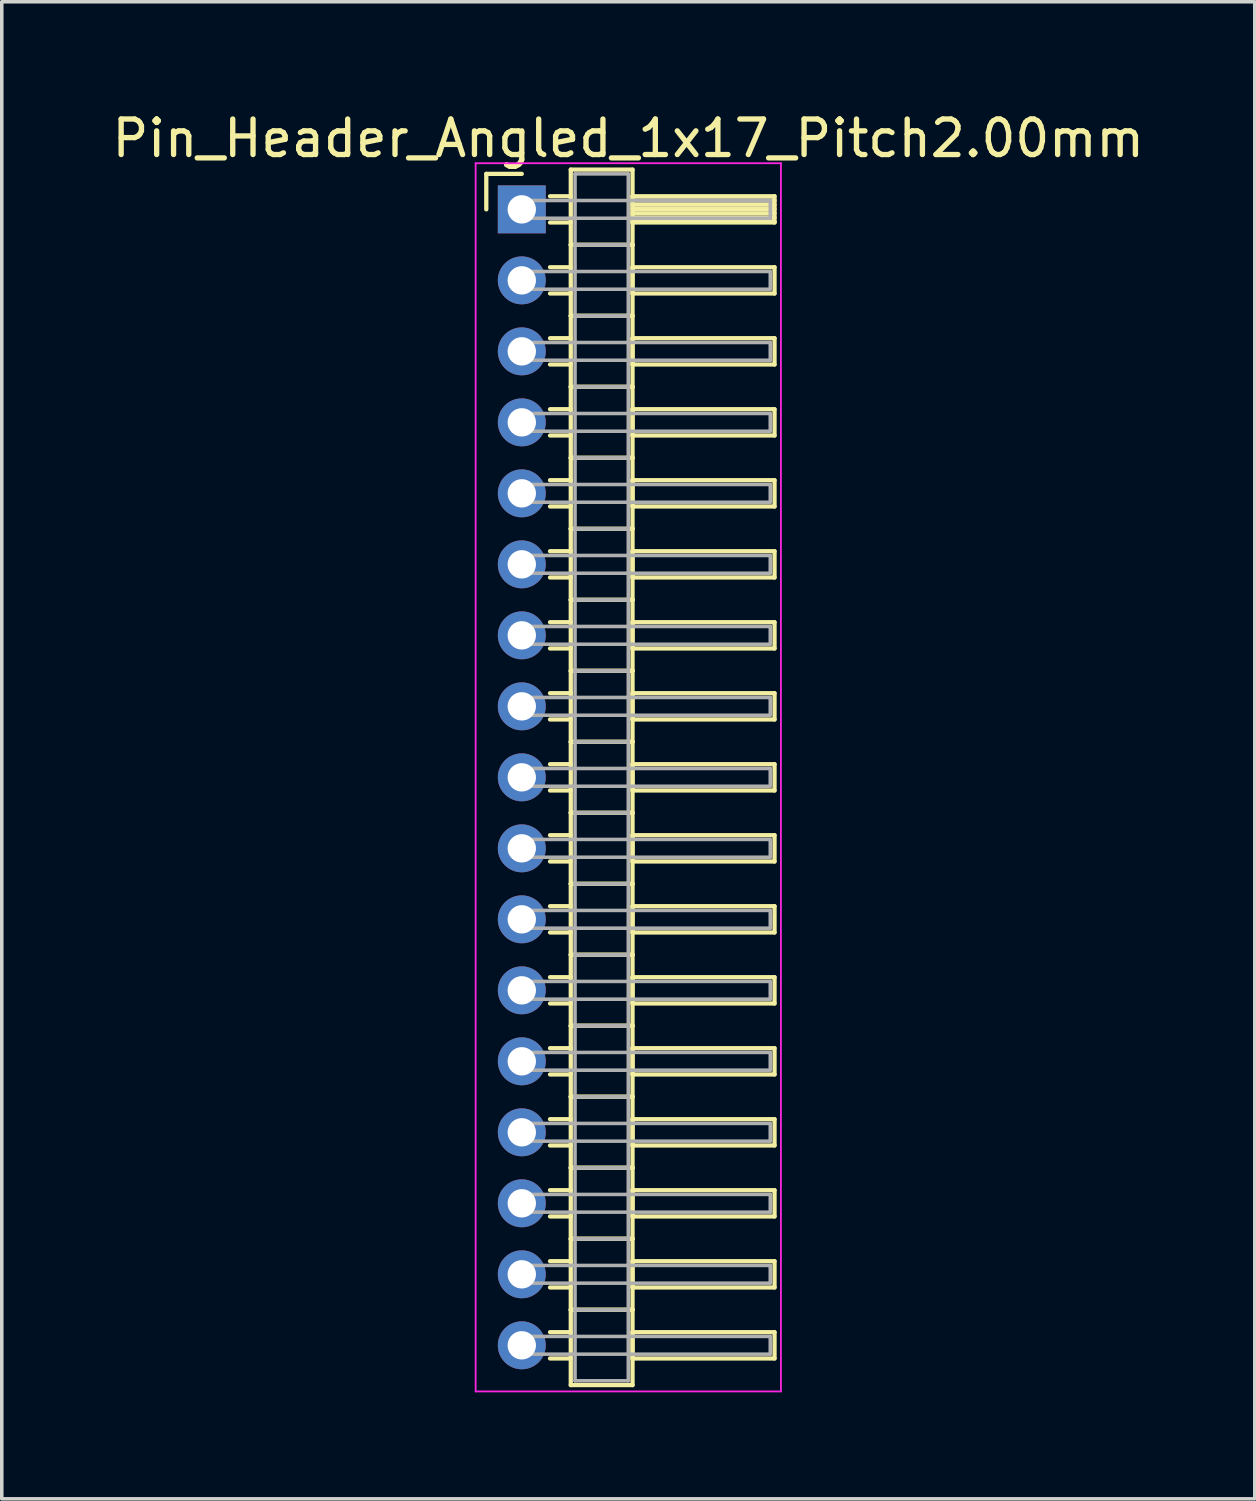
<source format=kicad_pcb>
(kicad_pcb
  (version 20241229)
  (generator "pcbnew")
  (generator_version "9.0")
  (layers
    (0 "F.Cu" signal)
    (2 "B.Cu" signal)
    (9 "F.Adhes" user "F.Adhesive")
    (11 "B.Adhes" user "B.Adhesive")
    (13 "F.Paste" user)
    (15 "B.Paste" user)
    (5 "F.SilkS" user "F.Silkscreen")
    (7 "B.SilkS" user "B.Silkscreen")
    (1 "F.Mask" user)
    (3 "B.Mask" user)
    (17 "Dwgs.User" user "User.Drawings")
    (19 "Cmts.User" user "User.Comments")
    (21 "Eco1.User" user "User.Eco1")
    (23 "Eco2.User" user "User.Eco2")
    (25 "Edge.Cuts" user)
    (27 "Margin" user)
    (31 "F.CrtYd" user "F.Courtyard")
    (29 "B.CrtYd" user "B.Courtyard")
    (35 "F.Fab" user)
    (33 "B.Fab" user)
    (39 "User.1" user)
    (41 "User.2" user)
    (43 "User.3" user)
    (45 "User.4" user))
  (footprint "Pin_Header_Angled_1x17_Pitch2.00mm"
    (layer "F.Cu")
    (at 11.649 2.848)
    (property "Reference" "Pin_Header_Angled_1x17_Pitch2.00mm" (at 3 -2 0) (layer "F.SilkS") (effects (font (size 1 1) (thickness 0.15))))
    (attr through_hole)
    (fp_line (start -1 -1) (end 0 -1) (stroke (width 0.12) (type solid)) (layer "F.SilkS"))
    (fp_line (start -1 0) (end -1 -1) (stroke (width 0.12) (type solid)) (layer "F.SilkS"))
    (fp_line (start 0.795 -0.37) (end 1.38 -0.37) (stroke (width 0.12) (type solid)) (layer "F.SilkS"))
    (fp_line (start 0.795 0.37) (end 1.38 0.37) (stroke (width 0.12) (type solid)) (layer "F.SilkS"))
    (fp_line (start 0.795 1.63) (end 1.38 1.63) (stroke (width 0.12) (type solid)) (layer "F.SilkS"))
    (fp_line (start 0.795 2.37) (end 1.38 2.37) (stroke (width 0.12) (type solid)) (layer "F.SilkS"))
    (fp_line (start 0.795 3.63) (end 1.38 3.63) (stroke (width 0.12) (type solid)) (layer "F.SilkS"))
    (fp_line (start 0.795 4.37) (end 1.38 4.37) (stroke (width 0.12) (type solid)) (layer "F.SilkS"))
    (fp_line (start 0.795 5.63) (end 1.38 5.63) (stroke (width 0.12) (type solid)) (layer "F.SilkS"))
    (fp_line (start 0.795 6.37) (end 1.38 6.37) (stroke (width 0.12) (type solid)) (layer "F.SilkS"))
    (fp_line (start 0.795 7.63) (end 1.38 7.63) (stroke (width 0.12) (type solid)) (layer "F.SilkS"))
    (fp_line (start 0.795 8.37) (end 1.38 8.37) (stroke (width 0.12) (type solid)) (layer "F.SilkS"))
    (fp_line (start 0.795 9.63) (end 1.38 9.63) (stroke (width 0.12) (type solid)) (layer "F.SilkS"))
    (fp_line (start 0.795 10.37) (end 1.38 10.37) (stroke (width 0.12) (type solid)) (layer "F.SilkS"))
    (fp_line (start 0.795 11.63) (end 1.38 11.63) (stroke (width 0.12) (type solid)) (layer "F.SilkS"))
    (fp_line (start 0.795 12.37) (end 1.38 12.37) (stroke (width 0.12) (type solid)) (layer "F.SilkS"))
    (fp_line (start 0.795 13.63) (end 1.38 13.63) (stroke (width 0.12) (type solid)) (layer "F.SilkS"))
    (fp_line (start 0.795 14.37) (end 1.38 14.37) (stroke (width 0.12) (type solid)) (layer "F.SilkS"))
    (fp_line (start 0.795 15.63) (end 1.38 15.63) (stroke (width 0.12) (type solid)) (layer "F.SilkS"))
    (fp_line (start 0.795 16.37) (end 1.38 16.37) (stroke (width 0.12) (type solid)) (layer "F.SilkS"))
    (fp_line (start 0.795 17.63) (end 1.38 17.63) (stroke (width 0.12) (type solid)) (layer "F.SilkS"))
    (fp_line (start 0.795 18.37) (end 1.38 18.37) (stroke (width 0.12) (type solid)) (layer "F.SilkS"))
    (fp_line (start 0.795 19.63) (end 1.38 19.63) (stroke (width 0.12) (type solid)) (layer "F.SilkS"))
    (fp_line (start 0.795 20.37) (end 1.38 20.37) (stroke (width 0.12) (type solid)) (layer "F.SilkS"))
    (fp_line (start 0.795 21.63) (end 1.38 21.63) (stroke (width 0.12) (type solid)) (layer "F.SilkS"))
    (fp_line (start 0.795 22.37) (end 1.38 22.37) (stroke (width 0.12) (type solid)) (layer "F.SilkS"))
    (fp_line (start 0.795 23.63) (end 1.38 23.63) (stroke (width 0.12) (type solid)) (layer "F.SilkS"))
    (fp_line (start 0.795 24.37) (end 1.38 24.37) (stroke (width 0.12) (type solid)) (layer "F.SilkS"))
    (fp_line (start 0.795 25.63) (end 1.38 25.63) (stroke (width 0.12) (type solid)) (layer "F.SilkS"))
    (fp_line (start 0.795 26.37) (end 1.38 26.37) (stroke (width 0.12) (type solid)) (layer "F.SilkS"))
    (fp_line (start 0.795 27.63) (end 1.38 27.63) (stroke (width 0.12) (type solid)) (layer "F.SilkS"))
    (fp_line (start 0.795 28.37) (end 1.38 28.37) (stroke (width 0.12) (type solid)) (layer "F.SilkS"))
    (fp_line (start 0.795 29.63) (end 1.38 29.63) (stroke (width 0.12) (type solid)) (layer "F.SilkS"))
    (fp_line (start 0.795 30.37) (end 1.38 30.37) (stroke (width 0.12) (type solid)) (layer "F.SilkS"))
    (fp_line (start 0.795 31.63) (end 1.38 31.63) (stroke (width 0.12) (type solid)) (layer "F.SilkS"))
    (fp_line (start 0.795 32.37) (end 1.38 32.37) (stroke (width 0.12) (type solid)) (layer "F.SilkS"))
    (fp_line (start 1.38 -1.12) (end 1.38 1) (stroke (width 0.12) (type solid)) (layer "F.SilkS"))
    (fp_line (start 1.38 1) (end 1.38 3) (stroke (width 0.12) (type solid)) (layer "F.SilkS"))
    (fp_line (start 1.38 1) (end 3.12 1) (stroke (width 0.12) (type solid)) (layer "F.SilkS"))
    (fp_line (start 1.38 3) (end 1.38 5) (stroke (width 0.12) (type solid)) (layer "F.SilkS"))
    (fp_line (start 1.38 3) (end 3.12 3) (stroke (width 0.12) (type solid)) (layer "F.SilkS"))
    (fp_line (start 1.38 5) (end 1.38 7) (stroke (width 0.12) (type solid)) (layer "F.SilkS"))
    (fp_line (start 1.38 5) (end 3.12 5) (stroke (width 0.12) (type solid)) (layer "F.SilkS"))
    (fp_line (start 1.38 7) (end 1.38 9) (stroke (width 0.12) (type solid)) (layer "F.SilkS"))
    (fp_line (start 1.38 7) (end 3.12 7) (stroke (width 0.12) (type solid)) (layer "F.SilkS"))
    (fp_line (start 1.38 9) (end 1.38 11) (stroke (width 0.12) (type solid)) (layer "F.SilkS"))
    (fp_line (start 1.38 9) (end 3.12 9) (stroke (width 0.12) (type solid)) (layer "F.SilkS"))
    (fp_line (start 1.38 11) (end 1.38 13) (stroke (width 0.12) (type solid)) (layer "F.SilkS"))
    (fp_line (start 1.38 11) (end 3.12 11) (stroke (width 0.12) (type solid)) (layer "F.SilkS"))
    (fp_line (start 1.38 13) (end 1.38 15) (stroke (width 0.12) (type solid)) (layer "F.SilkS"))
    (fp_line (start 1.38 13) (end 3.12 13) (stroke (width 0.12) (type solid)) (layer "F.SilkS"))
    (fp_line (start 1.38 15) (end 1.38 17) (stroke (width 0.12) (type solid)) (layer "F.SilkS"))
    (fp_line (start 1.38 15) (end 3.12 15) (stroke (width 0.12) (type solid)) (layer "F.SilkS"))
    (fp_line (start 1.38 17) (end 1.38 19) (stroke (width 0.12) (type solid)) (layer "F.SilkS"))
    (fp_line (start 1.38 17) (end 3.12 17) (stroke (width 0.12) (type solid)) (layer "F.SilkS"))
    (fp_line (start 1.38 19) (end 1.38 21) (stroke (width 0.12) (type solid)) (layer "F.SilkS"))
    (fp_line (start 1.38 19) (end 3.12 19) (stroke (width 0.12) (type solid)) (layer "F.SilkS"))
    (fp_line (start 1.38 21) (end 1.38 23) (stroke (width 0.12) (type solid)) (layer "F.SilkS"))
    (fp_line (start 1.38 21) (end 3.12 21) (stroke (width 0.12) (type solid)) (layer "F.SilkS"))
    (fp_line (start 1.38 23) (end 1.38 25) (stroke (width 0.12) (type solid)) (layer "F.SilkS"))
    (fp_line (start 1.38 23) (end 3.12 23) (stroke (width 0.12) (type solid)) (layer "F.SilkS"))
    (fp_line (start 1.38 25) (end 1.38 27) (stroke (width 0.12) (type solid)) (layer "F.SilkS"))
    (fp_line (start 1.38 25) (end 3.12 25) (stroke (width 0.12) (type solid)) (layer "F.SilkS"))
    (fp_line (start 1.38 27) (end 1.38 29) (stroke (width 0.12) (type solid)) (layer "F.SilkS"))
    (fp_line (start 1.38 27) (end 3.12 27) (stroke (width 0.12) (type solid)) (layer "F.SilkS"))
    (fp_line (start 1.38 29) (end 1.38 31) (stroke (width 0.12) (type solid)) (layer "F.SilkS"))
    (fp_line (start 1.38 29) (end 3.12 29) (stroke (width 0.12) (type solid)) (layer "F.SilkS"))
    (fp_line (start 1.38 31) (end 1.38 33.12) (stroke (width 0.12) (type solid)) (layer "F.SilkS"))
    (fp_line (start 1.38 31) (end 3.12 31) (stroke (width 0.12) (type solid)) (layer "F.SilkS"))
    (fp_line (start 1.38 33.12) (end 3.12 33.12) (stroke (width 0.12) (type solid)) (layer "F.SilkS"))
    (fp_line (start 3.12 -1.12) (end 1.38 -1.12) (stroke (width 0.12) (type solid)) (layer "F.SilkS"))
    (fp_line (start 3.12 -0.37) (end 3.12 0.37) (stroke (width 0.12) (type solid)) (layer "F.SilkS"))
    (fp_line (start 3.12 -0.25) (end 7.12 -0.25) (stroke (width 0.12) (type solid)) (layer "F.SilkS"))
    (fp_line (start 3.12 -0.13) (end 7.12 -0.13) (stroke (width 0.12) (type solid)) (layer "F.SilkS"))
    (fp_line (start 3.12 -0.01) (end 7.12 -0.01) (stroke (width 0.12) (type solid)) (layer "F.SilkS"))
    (fp_line (start 3.12 0.11) (end 7.12 0.11) (stroke (width 0.12) (type solid)) (layer "F.SilkS"))
    (fp_line (start 3.12 0.23) (end 7.12 0.23) (stroke (width 0.12) (type solid)) (layer "F.SilkS"))
    (fp_line (start 3.12 0.35) (end 7.12 0.35) (stroke (width 0.12) (type solid)) (layer "F.SilkS"))
    (fp_line (start 3.12 0.37) (end 7.12 0.37) (stroke (width 0.12) (type solid)) (layer "F.SilkS"))
    (fp_line (start 3.12 1) (end 1.38 1) (stroke (width 0.12) (type solid)) (layer "F.SilkS"))
    (fp_line (start 3.12 1) (end 3.12 -1.12) (stroke (width 0.12) (type solid)) (layer "F.SilkS"))
    (fp_line (start 3.12 1.63) (end 3.12 2.37) (stroke (width 0.12) (type solid)) (layer "F.SilkS"))
    (fp_line (start 3.12 2.37) (end 7.12 2.37) (stroke (width 0.12) (type solid)) (layer "F.SilkS"))
    (fp_line (start 3.12 3) (end 1.38 3) (stroke (width 0.12) (type solid)) (layer "F.SilkS"))
    (fp_line (start 3.12 3) (end 3.12 1) (stroke (width 0.12) (type solid)) (layer "F.SilkS"))
    (fp_line (start 3.12 3.63) (end 3.12 4.37) (stroke (width 0.12) (type solid)) (layer "F.SilkS"))
    (fp_line (start 3.12 4.37) (end 7.12 4.37) (stroke (width 0.12) (type solid)) (layer "F.SilkS"))
    (fp_line (start 3.12 5) (end 1.38 5) (stroke (width 0.12) (type solid)) (layer "F.SilkS"))
    (fp_line (start 3.12 5) (end 3.12 3) (stroke (width 0.12) (type solid)) (layer "F.SilkS"))
    (fp_line (start 3.12 5.63) (end 3.12 6.37) (stroke (width 0.12) (type solid)) (layer "F.SilkS"))
    (fp_line (start 3.12 6.37) (end 7.12 6.37) (stroke (width 0.12) (type solid)) (layer "F.SilkS"))
    (fp_line (start 3.12 7) (end 1.38 7) (stroke (width 0.12) (type solid)) (layer "F.SilkS"))
    (fp_line (start 3.12 7) (end 3.12 5) (stroke (width 0.12) (type solid)) (layer "F.SilkS"))
    (fp_line (start 3.12 7.63) (end 3.12 8.37) (stroke (width 0.12) (type solid)) (layer "F.SilkS"))
    (fp_line (start 3.12 8.37) (end 7.12 8.37) (stroke (width 0.12) (type solid)) (layer "F.SilkS"))
    (fp_line (start 3.12 9) (end 1.38 9) (stroke (width 0.12) (type solid)) (layer "F.SilkS"))
    (fp_line (start 3.12 9) (end 3.12 7) (stroke (width 0.12) (type solid)) (layer "F.SilkS"))
    (fp_line (start 3.12 9.63) (end 3.12 10.37) (stroke (width 0.12) (type solid)) (layer "F.SilkS"))
    (fp_line (start 3.12 10.37) (end 7.12 10.37) (stroke (width 0.12) (type solid)) (layer "F.SilkS"))
    (fp_line (start 3.12 11) (end 1.38 11) (stroke (width 0.12) (type solid)) (layer "F.SilkS"))
    (fp_line (start 3.12 11) (end 3.12 9) (stroke (width 0.12) (type solid)) (layer "F.SilkS"))
    (fp_line (start 3.12 11.63) (end 3.12 12.37) (stroke (width 0.12) (type solid)) (layer "F.SilkS"))
    (fp_line (start 3.12 12.37) (end 7.12 12.37) (stroke (width 0.12) (type solid)) (layer "F.SilkS"))
    (fp_line (start 3.12 13) (end 1.38 13) (stroke (width 0.12) (type solid)) (layer "F.SilkS"))
    (fp_line (start 3.12 13) (end 3.12 11) (stroke (width 0.12) (type solid)) (layer "F.SilkS"))
    (fp_line (start 3.12 13.63) (end 3.12 14.37) (stroke (width 0.12) (type solid)) (layer "F.SilkS"))
    (fp_line (start 3.12 14.37) (end 7.12 14.37) (stroke (width 0.12) (type solid)) (layer "F.SilkS"))
    (fp_line (start 3.12 15) (end 1.38 15) (stroke (width 0.12) (type solid)) (layer "F.SilkS"))
    (fp_line (start 3.12 15) (end 3.12 13) (stroke (width 0.12) (type solid)) (layer "F.SilkS"))
    (fp_line (start 3.12 15.63) (end 3.12 16.37) (stroke (width 0.12) (type solid)) (layer "F.SilkS"))
    (fp_line (start 3.12 16.37) (end 7.12 16.37) (stroke (width 0.12) (type solid)) (layer "F.SilkS"))
    (fp_line (start 3.12 17) (end 1.38 17) (stroke (width 0.12) (type solid)) (layer "F.SilkS"))
    (fp_line (start 3.12 17) (end 3.12 15) (stroke (width 0.12) (type solid)) (layer "F.SilkS"))
    (fp_line (start 3.12 17.63) (end 3.12 18.37) (stroke (width 0.12) (type solid)) (layer "F.SilkS"))
    (fp_line (start 3.12 18.37) (end 7.12 18.37) (stroke (width 0.12) (type solid)) (layer "F.SilkS"))
    (fp_line (start 3.12 19) (end 1.38 19) (stroke (width 0.12) (type solid)) (layer "F.SilkS"))
    (fp_line (start 3.12 19) (end 3.12 17) (stroke (width 0.12) (type solid)) (layer "F.SilkS"))
    (fp_line (start 3.12 19.63) (end 3.12 20.37) (stroke (width 0.12) (type solid)) (layer "F.SilkS"))
    (fp_line (start 3.12 20.37) (end 7.12 20.37) (stroke (width 0.12) (type solid)) (layer "F.SilkS"))
    (fp_line (start 3.12 21) (end 1.38 21) (stroke (width 0.12) (type solid)) (layer "F.SilkS"))
    (fp_line (start 3.12 21) (end 3.12 19) (stroke (width 0.12) (type solid)) (layer "F.SilkS"))
    (fp_line (start 3.12 21.63) (end 3.12 22.37) (stroke (width 0.12) (type solid)) (layer "F.SilkS"))
    (fp_line (start 3.12 22.37) (end 7.12 22.37) (stroke (width 0.12) (type solid)) (layer "F.SilkS"))
    (fp_line (start 3.12 23) (end 1.38 23) (stroke (width 0.12) (type solid)) (layer "F.SilkS"))
    (fp_line (start 3.12 23) (end 3.12 21) (stroke (width 0.12) (type solid)) (layer "F.SilkS"))
    (fp_line (start 3.12 23.63) (end 3.12 24.37) (stroke (width 0.12) (type solid)) (layer "F.SilkS"))
    (fp_line (start 3.12 24.37) (end 7.12 24.37) (stroke (width 0.12) (type solid)) (layer "F.SilkS"))
    (fp_line (start 3.12 25) (end 1.38 25) (stroke (width 0.12) (type solid)) (layer "F.SilkS"))
    (fp_line (start 3.12 25) (end 3.12 23) (stroke (width 0.12) (type solid)) (layer "F.SilkS"))
    (fp_line (start 3.12 25.63) (end 3.12 26.37) (stroke (width 0.12) (type solid)) (layer "F.SilkS"))
    (fp_line (start 3.12 26.37) (end 7.12 26.37) (stroke (width 0.12) (type solid)) (layer "F.SilkS"))
    (fp_line (start 3.12 27) (end 1.38 27) (stroke (width 0.12) (type solid)) (layer "F.SilkS"))
    (fp_line (start 3.12 27) (end 3.12 25) (stroke (width 0.12) (type solid)) (layer "F.SilkS"))
    (fp_line (start 3.12 27.63) (end 3.12 28.37) (stroke (width 0.12) (type solid)) (layer "F.SilkS"))
    (fp_line (start 3.12 28.37) (end 7.12 28.37) (stroke (width 0.12) (type solid)) (layer "F.SilkS"))
    (fp_line (start 3.12 29) (end 1.38 29) (stroke (width 0.12) (type solid)) (layer "F.SilkS"))
    (fp_line (start 3.12 29) (end 3.12 27) (stroke (width 0.12) (type solid)) (layer "F.SilkS"))
    (fp_line (start 3.12 29.63) (end 3.12 30.37) (stroke (width 0.12) (type solid)) (layer "F.SilkS"))
    (fp_line (start 3.12 30.37) (end 7.12 30.37) (stroke (width 0.12) (type solid)) (layer "F.SilkS"))
    (fp_line (start 3.12 31) (end 1.38 31) (stroke (width 0.12) (type solid)) (layer "F.SilkS"))
    (fp_line (start 3.12 31) (end 3.12 29) (stroke (width 0.12) (type solid)) (layer "F.SilkS"))
    (fp_line (start 3.12 31.63) (end 3.12 32.37) (stroke (width 0.12) (type solid)) (layer "F.SilkS"))
    (fp_line (start 3.12 32.37) (end 7.12 32.37) (stroke (width 0.12) (type solid)) (layer "F.SilkS"))
    (fp_line (start 3.12 33.12) (end 3.12 31) (stroke (width 0.12) (type solid)) (layer "F.SilkS"))
    (fp_line (start 7.12 -0.37) (end 3.12 -0.37) (stroke (width 0.12) (type solid)) (layer "F.SilkS"))
    (fp_line (start 7.12 0.37) (end 7.12 -0.37) (stroke (width 0.12) (type solid)) (layer "F.SilkS"))
    (fp_line (start 7.12 1.63) (end 3.12 1.63) (stroke (width 0.12) (type solid)) (layer "F.SilkS"))
    (fp_line (start 7.12 2.37) (end 7.12 1.63) (stroke (width 0.12) (type solid)) (layer "F.SilkS"))
    (fp_line (start 7.12 3.63) (end 3.12 3.63) (stroke (width 0.12) (type solid)) (layer "F.SilkS"))
    (fp_line (start 7.12 4.37) (end 7.12 3.63) (stroke (width 0.12) (type solid)) (layer "F.SilkS"))
    (fp_line (start 7.12 5.63) (end 3.12 5.63) (stroke (width 0.12) (type solid)) (layer "F.SilkS"))
    (fp_line (start 7.12 6.37) (end 7.12 5.63) (stroke (width 0.12) (type solid)) (layer "F.SilkS"))
    (fp_line (start 7.12 7.63) (end 3.12 7.63) (stroke (width 0.12) (type solid)) (layer "F.SilkS"))
    (fp_line (start 7.12 8.37) (end 7.12 7.63) (stroke (width 0.12) (type solid)) (layer "F.SilkS"))
    (fp_line (start 7.12 9.63) (end 3.12 9.63) (stroke (width 0.12) (type solid)) (layer "F.SilkS"))
    (fp_line (start 7.12 10.37) (end 7.12 9.63) (stroke (width 0.12) (type solid)) (layer "F.SilkS"))
    (fp_line (start 7.12 11.63) (end 3.12 11.63) (stroke (width 0.12) (type solid)) (layer "F.SilkS"))
    (fp_line (start 7.12 12.37) (end 7.12 11.63) (stroke (width 0.12) (type solid)) (layer "F.SilkS"))
    (fp_line (start 7.12 13.63) (end 3.12 13.63) (stroke (width 0.12) (type solid)) (layer "F.SilkS"))
    (fp_line (start 7.12 14.37) (end 7.12 13.63) (stroke (width 0.12) (type solid)) (layer "F.SilkS"))
    (fp_line (start 7.12 15.63) (end 3.12 15.63) (stroke (width 0.12) (type solid)) (layer "F.SilkS"))
    (fp_line (start 7.12 16.37) (end 7.12 15.63) (stroke (width 0.12) (type solid)) (layer "F.SilkS"))
    (fp_line (start 7.12 17.63) (end 3.12 17.63) (stroke (width 0.12) (type solid)) (layer "F.SilkS"))
    (fp_line (start 7.12 18.37) (end 7.12 17.63) (stroke (width 0.12) (type solid)) (layer "F.SilkS"))
    (fp_line (start 7.12 19.63) (end 3.12 19.63) (stroke (width 0.12) (type solid)) (layer "F.SilkS"))
    (fp_line (start 7.12 20.37) (end 7.12 19.63) (stroke (width 0.12) (type solid)) (layer "F.SilkS"))
    (fp_line (start 7.12 21.63) (end 3.12 21.63) (stroke (width 0.12) (type solid)) (layer "F.SilkS"))
    (fp_line (start 7.12 22.37) (end 7.12 21.63) (stroke (width 0.12) (type solid)) (layer "F.SilkS"))
    (fp_line (start 7.12 23.63) (end 3.12 23.63) (stroke (width 0.12) (type solid)) (layer "F.SilkS"))
    (fp_line (start 7.12 24.37) (end 7.12 23.63) (stroke (width 0.12) (type solid)) (layer "F.SilkS"))
    (fp_line (start 7.12 25.63) (end 3.12 25.63) (stroke (width 0.12) (type solid)) (layer "F.SilkS"))
    (fp_line (start 7.12 26.37) (end 7.12 25.63) (stroke (width 0.12) (type solid)) (layer "F.SilkS"))
    (fp_line (start 7.12 27.63) (end 3.12 27.63) (stroke (width 0.12) (type solid)) (layer "F.SilkS"))
    (fp_line (start 7.12 28.37) (end 7.12 27.63) (stroke (width 0.12) (type solid)) (layer "F.SilkS"))
    (fp_line (start 7.12 29.63) (end 3.12 29.63) (stroke (width 0.12) (type solid)) (layer "F.SilkS"))
    (fp_line (start 7.12 30.37) (end 7.12 29.63) (stroke (width 0.12) (type solid)) (layer "F.SilkS"))
    (fp_line (start 7.12 31.63) (end 3.12 31.63) (stroke (width 0.12) (type solid)) (layer "F.SilkS"))
    (fp_line (start 7.12 32.37) (end 7.12 31.63) (stroke (width 0.12) (type solid)) (layer "F.SilkS"))
    (fp_line (start -1.3 -1.3) (end -1.3 33.3) (stroke (width 0.05) (type solid)) (layer "F.CrtYd"))
    (fp_line (start -1.3 33.3) (end 7.3 33.3) (stroke (width 0.05) (type solid)) (layer "F.CrtYd"))
    (fp_line (start 7.3 -1.3) (end -1.3 -1.3) (stroke (width 0.05) (type solid)) (layer "F.CrtYd"))
    (fp_line (start 7.3 33.3) (end 7.3 -1.3) (stroke (width 0.05) (type solid)) (layer "F.CrtYd"))
    (fp_line (start 0 -0.25) (end 0 0.25) (stroke (width 0.1) (type solid)) (layer "F.Fab"))
    (fp_line (start 0 0.25) (end 7 0.25) (stroke (width 0.1) (type solid)) (layer "F.Fab"))
    (fp_line (start 0 1.75) (end 0 2.25) (stroke (width 0.1) (type solid)) (layer "F.Fab"))
    (fp_line (start 0 2.25) (end 7 2.25) (stroke (width 0.1) (type solid)) (layer "F.Fab"))
    (fp_line (start 0 3.75) (end 0 4.25) (stroke (width 0.1) (type solid)) (layer "F.Fab"))
    (fp_line (start 0 4.25) (end 7 4.25) (stroke (width 0.1) (type solid)) (layer "F.Fab"))
    (fp_line (start 0 5.75) (end 0 6.25) (stroke (width 0.1) (type solid)) (layer "F.Fab"))
    (fp_line (start 0 6.25) (end 7 6.25) (stroke (width 0.1) (type solid)) (layer "F.Fab"))
    (fp_line (start 0 7.75) (end 0 8.25) (stroke (width 0.1) (type solid)) (layer "F.Fab"))
    (fp_line (start 0 8.25) (end 7 8.25) (stroke (width 0.1) (type solid)) (layer "F.Fab"))
    (fp_line (start 0 9.75) (end 0 10.25) (stroke (width 0.1) (type solid)) (layer "F.Fab"))
    (fp_line (start 0 10.25) (end 7 10.25) (stroke (width 0.1) (type solid)) (layer "F.Fab"))
    (fp_line (start 0 11.75) (end 0 12.25) (stroke (width 0.1) (type solid)) (layer "F.Fab"))
    (fp_line (start 0 12.25) (end 7 12.25) (stroke (width 0.1) (type solid)) (layer "F.Fab"))
    (fp_line (start 0 13.75) (end 0 14.25) (stroke (width 0.1) (type solid)) (layer "F.Fab"))
    (fp_line (start 0 14.25) (end 7 14.25) (stroke (width 0.1) (type solid)) (layer "F.Fab"))
    (fp_line (start 0 15.75) (end 0 16.25) (stroke (width 0.1) (type solid)) (layer "F.Fab"))
    (fp_line (start 0 16.25) (end 7 16.25) (stroke (width 0.1) (type solid)) (layer "F.Fab"))
    (fp_line (start 0 17.75) (end 0 18.25) (stroke (width 0.1) (type solid)) (layer "F.Fab"))
    (fp_line (start 0 18.25) (end 7 18.25) (stroke (width 0.1) (type solid)) (layer "F.Fab"))
    (fp_line (start 0 19.75) (end 0 20.25) (stroke (width 0.1) (type solid)) (layer "F.Fab"))
    (fp_line (start 0 20.25) (end 7 20.25) (stroke (width 0.1) (type solid)) (layer "F.Fab"))
    (fp_line (start 0 21.75) (end 0 22.25) (stroke (width 0.1) (type solid)) (layer "F.Fab"))
    (fp_line (start 0 22.25) (end 7 22.25) (stroke (width 0.1) (type solid)) (layer "F.Fab"))
    (fp_line (start 0 23.75) (end 0 24.25) (stroke (width 0.1) (type solid)) (layer "F.Fab"))
    (fp_line (start 0 24.25) (end 7 24.25) (stroke (width 0.1) (type solid)) (layer "F.Fab"))
    (fp_line (start 0 25.75) (end 0 26.25) (stroke (width 0.1) (type solid)) (layer "F.Fab"))
    (fp_line (start 0 26.25) (end 7 26.25) (stroke (width 0.1) (type solid)) (layer "F.Fab"))
    (fp_line (start 0 27.75) (end 0 28.25) (stroke (width 0.1) (type solid)) (layer "F.Fab"))
    (fp_line (start 0 28.25) (end 7 28.25) (stroke (width 0.1) (type solid)) (layer "F.Fab"))
    (fp_line (start 0 29.75) (end 0 30.25) (stroke (width 0.1) (type solid)) (layer "F.Fab"))
    (fp_line (start 0 30.25) (end 7 30.25) (stroke (width 0.1) (type solid)) (layer "F.Fab"))
    (fp_line (start 0 31.75) (end 0 32.25) (stroke (width 0.1) (type solid)) (layer "F.Fab"))
    (fp_line (start 0 32.25) (end 7 32.25) (stroke (width 0.1) (type solid)) (layer "F.Fab"))
    (fp_line (start 1.5 -1) (end 1.5 1) (stroke (width 0.1) (type solid)) (layer "F.Fab"))
    (fp_line (start 1.5 1) (end 1.5 3) (stroke (width 0.1) (type solid)) (layer "F.Fab"))
    (fp_line (start 1.5 1) (end 3 1) (stroke (width 0.1) (type solid)) (layer "F.Fab"))
    (fp_line (start 1.5 3) (end 1.5 5) (stroke (width 0.1) (type solid)) (layer "F.Fab"))
    (fp_line (start 1.5 3) (end 3 3) (stroke (width 0.1) (type solid)) (layer "F.Fab"))
    (fp_line (start 1.5 5) (end 1.5 7) (stroke (width 0.1) (type solid)) (layer "F.Fab"))
    (fp_line (start 1.5 5) (end 3 5) (stroke (width 0.1) (type solid)) (layer "F.Fab"))
    (fp_line (start 1.5 7) (end 1.5 9) (stroke (width 0.1) (type solid)) (layer "F.Fab"))
    (fp_line (start 1.5 7) (end 3 7) (stroke (width 0.1) (type solid)) (layer "F.Fab"))
    (fp_line (start 1.5 9) (end 1.5 11) (stroke (width 0.1) (type solid)) (layer "F.Fab"))
    (fp_line (start 1.5 9) (end 3 9) (stroke (width 0.1) (type solid)) (layer "F.Fab"))
    (fp_line (start 1.5 11) (end 1.5 13) (stroke (width 0.1) (type solid)) (layer "F.Fab"))
    (fp_line (start 1.5 11) (end 3 11) (stroke (width 0.1) (type solid)) (layer "F.Fab"))
    (fp_line (start 1.5 13) (end 1.5 15) (stroke (width 0.1) (type solid)) (layer "F.Fab"))
    (fp_line (start 1.5 13) (end 3 13) (stroke (width 0.1) (type solid)) (layer "F.Fab"))
    (fp_line (start 1.5 15) (end 1.5 17) (stroke (width 0.1) (type solid)) (layer "F.Fab"))
    (fp_line (start 1.5 15) (end 3 15) (stroke (width 0.1) (type solid)) (layer "F.Fab"))
    (fp_line (start 1.5 17) (end 1.5 19) (stroke (width 0.1) (type solid)) (layer "F.Fab"))
    (fp_line (start 1.5 17) (end 3 17) (stroke (width 0.1) (type solid)) (layer "F.Fab"))
    (fp_line (start 1.5 19) (end 1.5 21) (stroke (width 0.1) (type solid)) (layer "F.Fab"))
    (fp_line (start 1.5 19) (end 3 19) (stroke (width 0.1) (type solid)) (layer "F.Fab"))
    (fp_line (start 1.5 21) (end 1.5 23) (stroke (width 0.1) (type solid)) (layer "F.Fab"))
    (fp_line (start 1.5 21) (end 3 21) (stroke (width 0.1) (type solid)) (layer "F.Fab"))
    (fp_line (start 1.5 23) (end 1.5 25) (stroke (width 0.1) (type solid)) (layer "F.Fab"))
    (fp_line (start 1.5 23) (end 3 23) (stroke (width 0.1) (type solid)) (layer "F.Fab"))
    (fp_line (start 1.5 25) (end 1.5 27) (stroke (width 0.1) (type solid)) (layer "F.Fab"))
    (fp_line (start 1.5 25) (end 3 25) (stroke (width 0.1) (type solid)) (layer "F.Fab"))
    (fp_line (start 1.5 27) (end 1.5 29) (stroke (width 0.1) (type solid)) (layer "F.Fab"))
    (fp_line (start 1.5 27) (end 3 27) (stroke (width 0.1) (type solid)) (layer "F.Fab"))
    (fp_line (start 1.5 29) (end 1.5 31) (stroke (width 0.1) (type solid)) (layer "F.Fab"))
    (fp_line (start 1.5 29) (end 3 29) (stroke (width 0.1) (type solid)) (layer "F.Fab"))
    (fp_line (start 1.5 31) (end 1.5 33) (stroke (width 0.1) (type solid)) (layer "F.Fab"))
    (fp_line (start 1.5 31) (end 3 31) (stroke (width 0.1) (type solid)) (layer "F.Fab"))
    (fp_line (start 1.5 33) (end 3 33) (stroke (width 0.1) (type solid)) (layer "F.Fab"))
    (fp_line (start 3 -1) (end 1.5 -1) (stroke (width 0.1) (type solid)) (layer "F.Fab"))
    (fp_line (start 3 1) (end 1.5 1) (stroke (width 0.1) (type solid)) (layer "F.Fab"))
    (fp_line (start 3 1) (end 3 -1) (stroke (width 0.1) (type solid)) (layer "F.Fab"))
    (fp_line (start 3 3) (end 1.5 3) (stroke (width 0.1) (type solid)) (layer "F.Fab"))
    (fp_line (start 3 3) (end 3 1) (stroke (width 0.1) (type solid)) (layer "F.Fab"))
    (fp_line (start 3 5) (end 1.5 5) (stroke (width 0.1) (type solid)) (layer "F.Fab"))
    (fp_line (start 3 5) (end 3 3) (stroke (width 0.1) (type solid)) (layer "F.Fab"))
    (fp_line (start 3 7) (end 1.5 7) (stroke (width 0.1) (type solid)) (layer "F.Fab"))
    (fp_line (start 3 7) (end 3 5) (stroke (width 0.1) (type solid)) (layer "F.Fab"))
    (fp_line (start 3 9) (end 1.5 9) (stroke (width 0.1) (type solid)) (layer "F.Fab"))
    (fp_line (start 3 9) (end 3 7) (stroke (width 0.1) (type solid)) (layer "F.Fab"))
    (fp_line (start 3 11) (end 1.5 11) (stroke (width 0.1) (type solid)) (layer "F.Fab"))
    (fp_line (start 3 11) (end 3 9) (stroke (width 0.1) (type solid)) (layer "F.Fab"))
    (fp_line (start 3 13) (end 1.5 13) (stroke (width 0.1) (type solid)) (layer "F.Fab"))
    (fp_line (start 3 13) (end 3 11) (stroke (width 0.1) (type solid)) (layer "F.Fab"))
    (fp_line (start 3 15) (end 1.5 15) (stroke (width 0.1) (type solid)) (layer "F.Fab"))
    (fp_line (start 3 15) (end 3 13) (stroke (width 0.1) (type solid)) (layer "F.Fab"))
    (fp_line (start 3 17) (end 1.5 17) (stroke (width 0.1) (type solid)) (layer "F.Fab"))
    (fp_line (start 3 17) (end 3 15) (stroke (width 0.1) (type solid)) (layer "F.Fab"))
    (fp_line (start 3 19) (end 1.5 19) (stroke (width 0.1) (type solid)) (layer "F.Fab"))
    (fp_line (start 3 19) (end 3 17) (stroke (width 0.1) (type solid)) (layer "F.Fab"))
    (fp_line (start 3 21) (end 1.5 21) (stroke (width 0.1) (type solid)) (layer "F.Fab"))
    (fp_line (start 3 21) (end 3 19) (stroke (width 0.1) (type solid)) (layer "F.Fab"))
    (fp_line (start 3 23) (end 1.5 23) (stroke (width 0.1) (type solid)) (layer "F.Fab"))
    (fp_line (start 3 23) (end 3 21) (stroke (width 0.1) (type solid)) (layer "F.Fab"))
    (fp_line (start 3 25) (end 1.5 25) (stroke (width 0.1) (type solid)) (layer "F.Fab"))
    (fp_line (start 3 25) (end 3 23) (stroke (width 0.1) (type solid)) (layer "F.Fab"))
    (fp_line (start 3 27) (end 1.5 27) (stroke (width 0.1) (type solid)) (layer "F.Fab"))
    (fp_line (start 3 27) (end 3 25) (stroke (width 0.1) (type solid)) (layer "F.Fab"))
    (fp_line (start 3 29) (end 1.5 29) (stroke (width 0.1) (type solid)) (layer "F.Fab"))
    (fp_line (start 3 29) (end 3 27) (stroke (width 0.1) (type solid)) (layer "F.Fab"))
    (fp_line (start 3 31) (end 1.5 31) (stroke (width 0.1) (type solid)) (layer "F.Fab"))
    (fp_line (start 3 31) (end 3 29) (stroke (width 0.1) (type solid)) (layer "F.Fab"))
    (fp_line (start 3 33) (end 3 31) (stroke (width 0.1) (type solid)) (layer "F.Fab"))
    (fp_line (start 7 -0.25) (end 0 -0.25) (stroke (width 0.1) (type solid)) (layer "F.Fab"))
    (fp_line (start 7 0.25) (end 7 -0.25) (stroke (width 0.1) (type solid)) (layer "F.Fab"))
    (fp_line (start 7 1.75) (end 0 1.75) (stroke (width 0.1) (type solid)) (layer "F.Fab"))
    (fp_line (start 7 2.25) (end 7 1.75) (stroke (width 0.1) (type solid)) (layer "F.Fab"))
    (fp_line (start 7 3.75) (end 0 3.75) (stroke (width 0.1) (type solid)) (layer "F.Fab"))
    (fp_line (start 7 4.25) (end 7 3.75) (stroke (width 0.1) (type solid)) (layer "F.Fab"))
    (fp_line (start 7 5.75) (end 0 5.75) (stroke (width 0.1) (type solid)) (layer "F.Fab"))
    (fp_line (start 7 6.25) (end 7 5.75) (stroke (width 0.1) (type solid)) (layer "F.Fab"))
    (fp_line (start 7 7.75) (end 0 7.75) (stroke (width 0.1) (type solid)) (layer "F.Fab"))
    (fp_line (start 7 8.25) (end 7 7.75) (stroke (width 0.1) (type solid)) (layer "F.Fab"))
    (fp_line (start 7 9.75) (end 0 9.75) (stroke (width 0.1) (type solid)) (layer "F.Fab"))
    (fp_line (start 7 10.25) (end 7 9.75) (stroke (width 0.1) (type solid)) (layer "F.Fab"))
    (fp_line (start 7 11.75) (end 0 11.75) (stroke (width 0.1) (type solid)) (layer "F.Fab"))
    (fp_line (start 7 12.25) (end 7 11.75) (stroke (width 0.1) (type solid)) (layer "F.Fab"))
    (fp_line (start 7 13.75) (end 0 13.75) (stroke (width 0.1) (type solid)) (layer "F.Fab"))
    (fp_line (start 7 14.25) (end 7 13.75) (stroke (width 0.1) (type solid)) (layer "F.Fab"))
    (fp_line (start 7 15.75) (end 0 15.75) (stroke (width 0.1) (type solid)) (layer "F.Fab"))
    (fp_line (start 7 16.25) (end 7 15.75) (stroke (width 0.1) (type solid)) (layer "F.Fab"))
    (fp_line (start 7 17.75) (end 0 17.75) (stroke (width 0.1) (type solid)) (layer "F.Fab"))
    (fp_line (start 7 18.25) (end 7 17.75) (stroke (width 0.1) (type solid)) (layer "F.Fab"))
    (fp_line (start 7 19.75) (end 0 19.75) (stroke (width 0.1) (type solid)) (layer "F.Fab"))
    (fp_line (start 7 20.25) (end 7 19.75) (stroke (width 0.1) (type solid)) (layer "F.Fab"))
    (fp_line (start 7 21.75) (end 0 21.75) (stroke (width 0.1) (type solid)) (layer "F.Fab"))
    (fp_line (start 7 22.25) (end 7 21.75) (stroke (width 0.1) (type solid)) (layer "F.Fab"))
    (fp_line (start 7 23.75) (end 0 23.75) (stroke (width 0.1) (type solid)) (layer "F.Fab"))
    (fp_line (start 7 24.25) (end 7 23.75) (stroke (width 0.1) (type solid)) (layer "F.Fab"))
    (fp_line (start 7 25.75) (end 0 25.75) (stroke (width 0.1) (type solid)) (layer "F.Fab"))
    (fp_line (start 7 26.25) (end 7 25.75) (stroke (width 0.1) (type solid)) (layer "F.Fab"))
    (fp_line (start 7 27.75) (end 0 27.75) (stroke (width 0.1) (type solid)) (layer "F.Fab"))
    (fp_line (start 7 28.25) (end 7 27.75) (stroke (width 0.1) (type solid)) (layer "F.Fab"))
    (fp_line (start 7 29.75) (end 0 29.75) (stroke (width 0.1) (type solid)) (layer "F.Fab"))
    (fp_line (start 7 30.25) (end 7 29.75) (stroke (width 0.1) (type solid)) (layer "F.Fab"))
    (fp_line (start 7 31.75) (end 0 31.75) (stroke (width 0.1) (type solid)) (layer "F.Fab"))
    (fp_line (start 7 32.25) (end 7 31.75) (stroke (width 0.1) (type solid)) (layer "F.Fab"))
    (pad "1" thru_hole rect (at 0 0) (size 1.35 1.35) (drill 0.8) (layers "*.Cu" "*.Mask"))
    (pad "2" thru_hole oval (at 0 2) (size 1.35 1.35) (drill 0.8) (layers "*.Cu" "*.Mask"))
    (pad "3" thru_hole oval (at 0 4) (size 1.35 1.35) (drill 0.8) (layers "*.Cu" "*.Mask"))
    (pad "4" thru_hole oval (at 0 6) (size 1.35 1.35) (drill 0.8) (layers "*.Cu" "*.Mask"))
    (pad "5" thru_hole oval (at 0 8) (size 1.35 1.35) (drill 0.8) (layers "*.Cu" "*.Mask"))
    (pad "6" thru_hole oval (at 0 10) (size 1.35 1.35) (drill 0.8) (layers "*.Cu" "*.Mask"))
    (pad "7" thru_hole oval (at 0 12) (size 1.35 1.35) (drill 0.8) (layers "*.Cu" "*.Mask"))
    (pad "8" thru_hole oval (at 0 14) (size 1.35 1.35) (drill 0.8) (layers "*.Cu" "*.Mask"))
    (pad "9" thru_hole oval (at 0 16) (size 1.35 1.35) (drill 0.8) (layers "*.Cu" "*.Mask"))
    (pad "10" thru_hole oval (at 0 18) (size 1.35 1.35) (drill 0.8) (layers "*.Cu" "*.Mask"))
    (pad "11" thru_hole oval (at 0 20) (size 1.35 1.35) (drill 0.8) (layers "*.Cu" "*.Mask"))
    (pad "12" thru_hole oval (at 0 22) (size 1.35 1.35) (drill 0.8) (layers "*.Cu" "*.Mask"))
    (pad "13" thru_hole oval (at 0 24) (size 1.35 1.35) (drill 0.8) (layers "*.Cu" "*.Mask"))
    (pad "14" thru_hole oval (at 0 26) (size 1.35 1.35) (drill 0.8) (layers "*.Cu" "*.Mask"))
    (pad "15" thru_hole oval (at 0 28) (size 1.35 1.35) (drill 0.8) (layers "*.Cu" "*.Mask"))
    (pad "16" thru_hole oval (at 0 30) (size 1.35 1.35) (drill 0.8) (layers "*.Cu" "*.Mask"))
    (pad "17" thru_hole oval (at 0 32) (size 1.35 1.35) (drill 0.8) (layers "*.Cu" "*.Mask")))
  (gr_rect
    (start -3 -3)
    (end 32.298 39.173)
    (stroke (width 0.1) (type default))
    (fill no)
    (layer "Edge.Cuts")))
</source>
